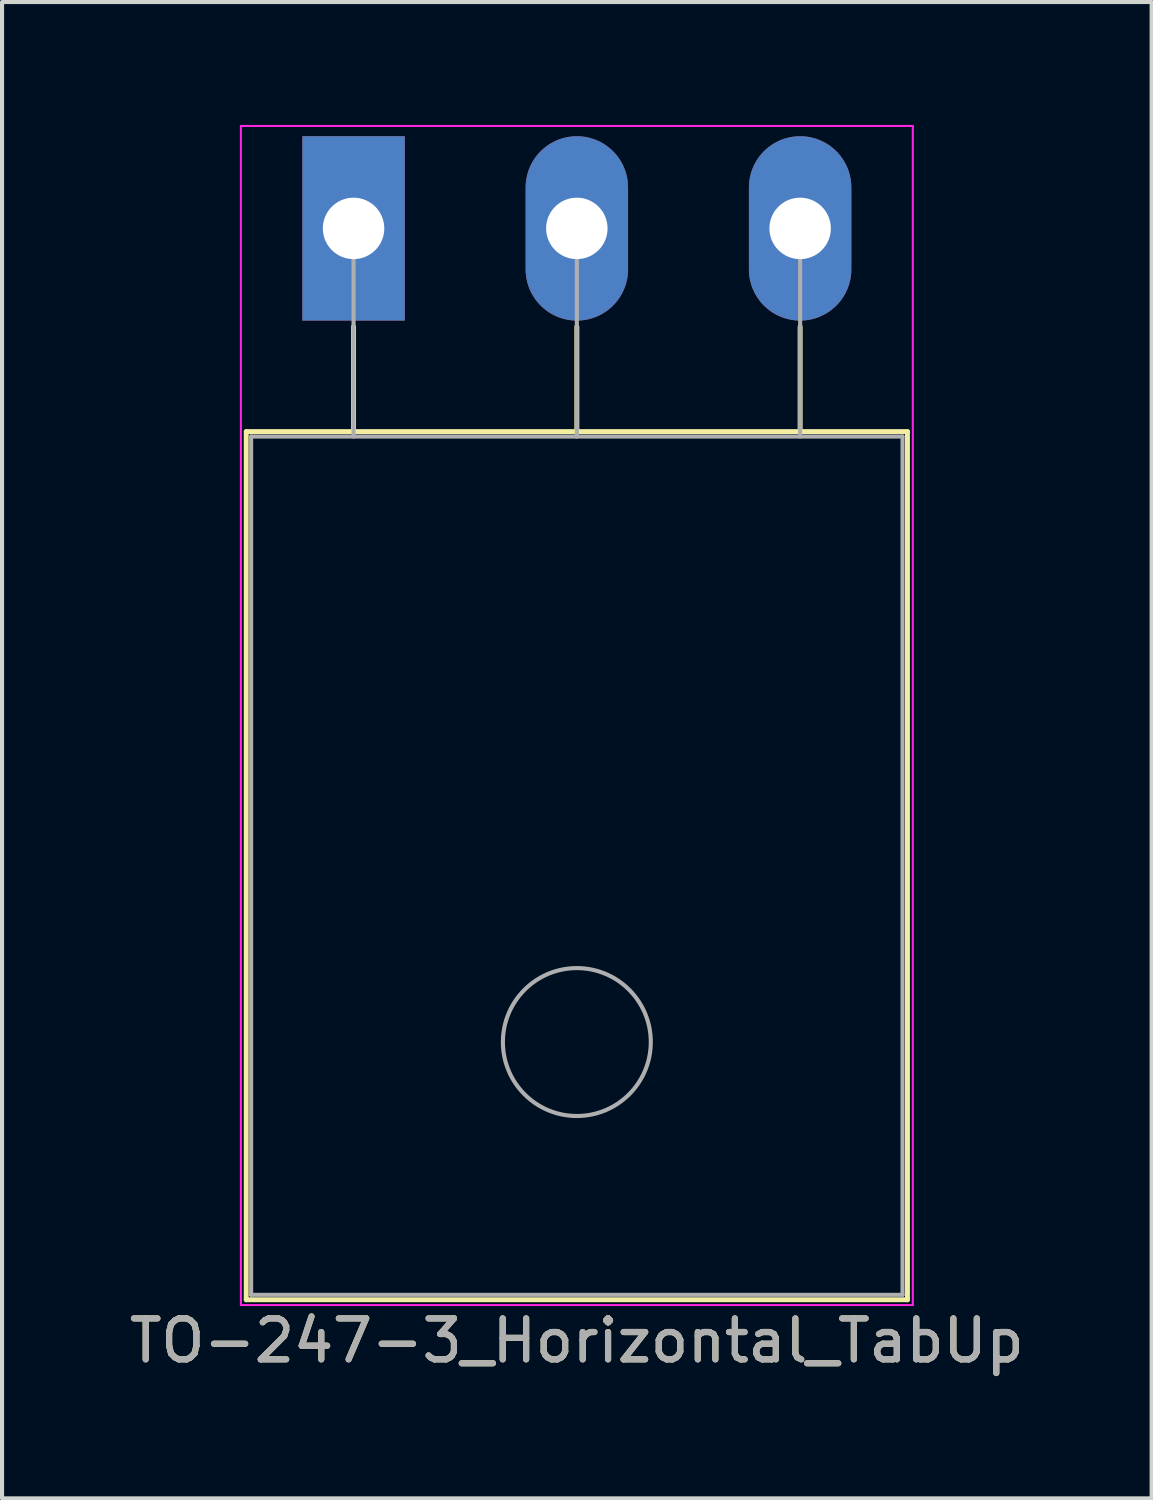
<source format=kicad_pcb>
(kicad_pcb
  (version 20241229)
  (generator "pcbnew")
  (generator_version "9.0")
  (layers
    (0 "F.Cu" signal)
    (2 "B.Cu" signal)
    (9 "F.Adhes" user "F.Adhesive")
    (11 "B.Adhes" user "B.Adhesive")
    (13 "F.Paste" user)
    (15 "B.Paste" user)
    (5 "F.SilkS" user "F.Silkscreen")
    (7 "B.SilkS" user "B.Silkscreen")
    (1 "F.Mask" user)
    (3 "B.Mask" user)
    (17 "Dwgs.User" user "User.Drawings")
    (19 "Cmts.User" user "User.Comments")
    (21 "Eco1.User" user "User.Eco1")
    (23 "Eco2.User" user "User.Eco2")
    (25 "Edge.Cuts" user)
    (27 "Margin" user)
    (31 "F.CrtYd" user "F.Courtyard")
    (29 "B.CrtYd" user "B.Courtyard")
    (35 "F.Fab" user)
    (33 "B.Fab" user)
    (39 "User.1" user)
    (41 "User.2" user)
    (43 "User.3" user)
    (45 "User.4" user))
  (footprint "TO-247-3_Horizontal_TabUp"
    (layer "F.Cu")
    (at 5.58 2.525)
    (property "Reference" "TO-247-3_Horizontal_TabUp" (at 5.45 27.15 0) (layer "F.SilkS") (effects (font (size 1 1) (thickness 0.15))))
    (attr through_hole)
    (fp_line (start -2.62 4.96) (end -2.62 26.15) (stroke (width 0.12) (type solid)) (layer "F.SilkS"))
    (fp_line (start -2.62 4.96) (end 13.52 4.96) (stroke (width 0.12) (type solid)) (layer "F.SilkS"))
    (fp_line (start -2.62 26.15) (end 13.52 26.15) (stroke (width 0.12) (type solid)) (layer "F.SilkS"))
    (fp_line (start 0 2.4) (end 0 4.96) (stroke (width 0.12) (type solid)) (layer "F.SilkS"))
    (fp_line (start 5.45 2.4) (end 5.45 4.96) (stroke (width 0.12) (type solid)) (layer "F.SilkS"))
    (fp_line (start 10.9 2.4) (end 10.9 4.96) (stroke (width 0.12) (type solid)) (layer "F.SilkS"))
    (fp_line (start 13.52 4.96) (end 13.52 26.15) (stroke (width 0.12) (type solid)) (layer "F.SilkS"))
    (fp_line (start -2.75 -2.5) (end -2.75 26.28) (stroke (width 0.05) (type solid)) (layer "F.CrtYd"))
    (fp_line (start -2.75 26.28) (end 13.65 26.28) (stroke (width 0.05) (type solid)) (layer "F.CrtYd"))
    (fp_line (start 13.65 -2.5) (end -2.75 -2.5) (stroke (width 0.05) (type solid)) (layer "F.CrtYd"))
    (fp_line (start 13.65 26.28) (end 13.65 -2.5) (stroke (width 0.05) (type solid)) (layer "F.CrtYd"))
    (fp_line (start -2.5 5.08) (end -2.5 26.03) (stroke (width 0.1) (type solid)) (layer "F.Fab"))
    (fp_line (start -2.5 26.03) (end 13.4 26.03) (stroke (width 0.1) (type solid)) (layer "F.Fab"))
    (fp_line (start 0 5.08) (end 0 0) (stroke (width 0.1) (type solid)) (layer "F.Fab"))
    (fp_line (start 5.45 5.08) (end 5.45 0) (stroke (width 0.1) (type solid)) (layer "F.Fab"))
    (fp_line (start 10.9 5.08) (end 10.9 0) (stroke (width 0.1) (type solid)) (layer "F.Fab"))
    (fp_line (start 13.4 5.08) (end -2.5 5.08) (stroke (width 0.1) (type solid)) (layer "F.Fab"))
    (fp_line (start 13.4 26.03) (end 13.4 5.08) (stroke (width 0.1) (type solid)) (layer "F.Fab"))
    (fp_circle (center 5.45 19.86) (end 7.255 19.86) (stroke (width 0.1) (type solid)) (fill no) (layer "F.Fab"))
    (fp_text user "${REFERENCE}" (at 5.45 27.15 0) (layer "F.Fab") (effects (font (size 1 1) (thickness 0.15))))
    (pad "1" thru_hole rect (at 0 0) (size 2.5 4.5) (drill 1.5) (layers "*.Cu" "*.Mask"))
    (pad "2" thru_hole oval (at 5.45 0) (size 2.5 4.5) (drill 1.5) (layers "*.Cu" "*.Mask"))
    (pad "3" thru_hole oval (at 10.9 0) (size 2.5 4.5) (drill 1.5) (layers "*.Cu" "*.Mask")))
  (gr_rect
    (start -3 -3)
    (end 25.06 33.523)
    (stroke (width 0.1) (type default))
    (fill no)
    (layer "Edge.Cuts")))
</source>
